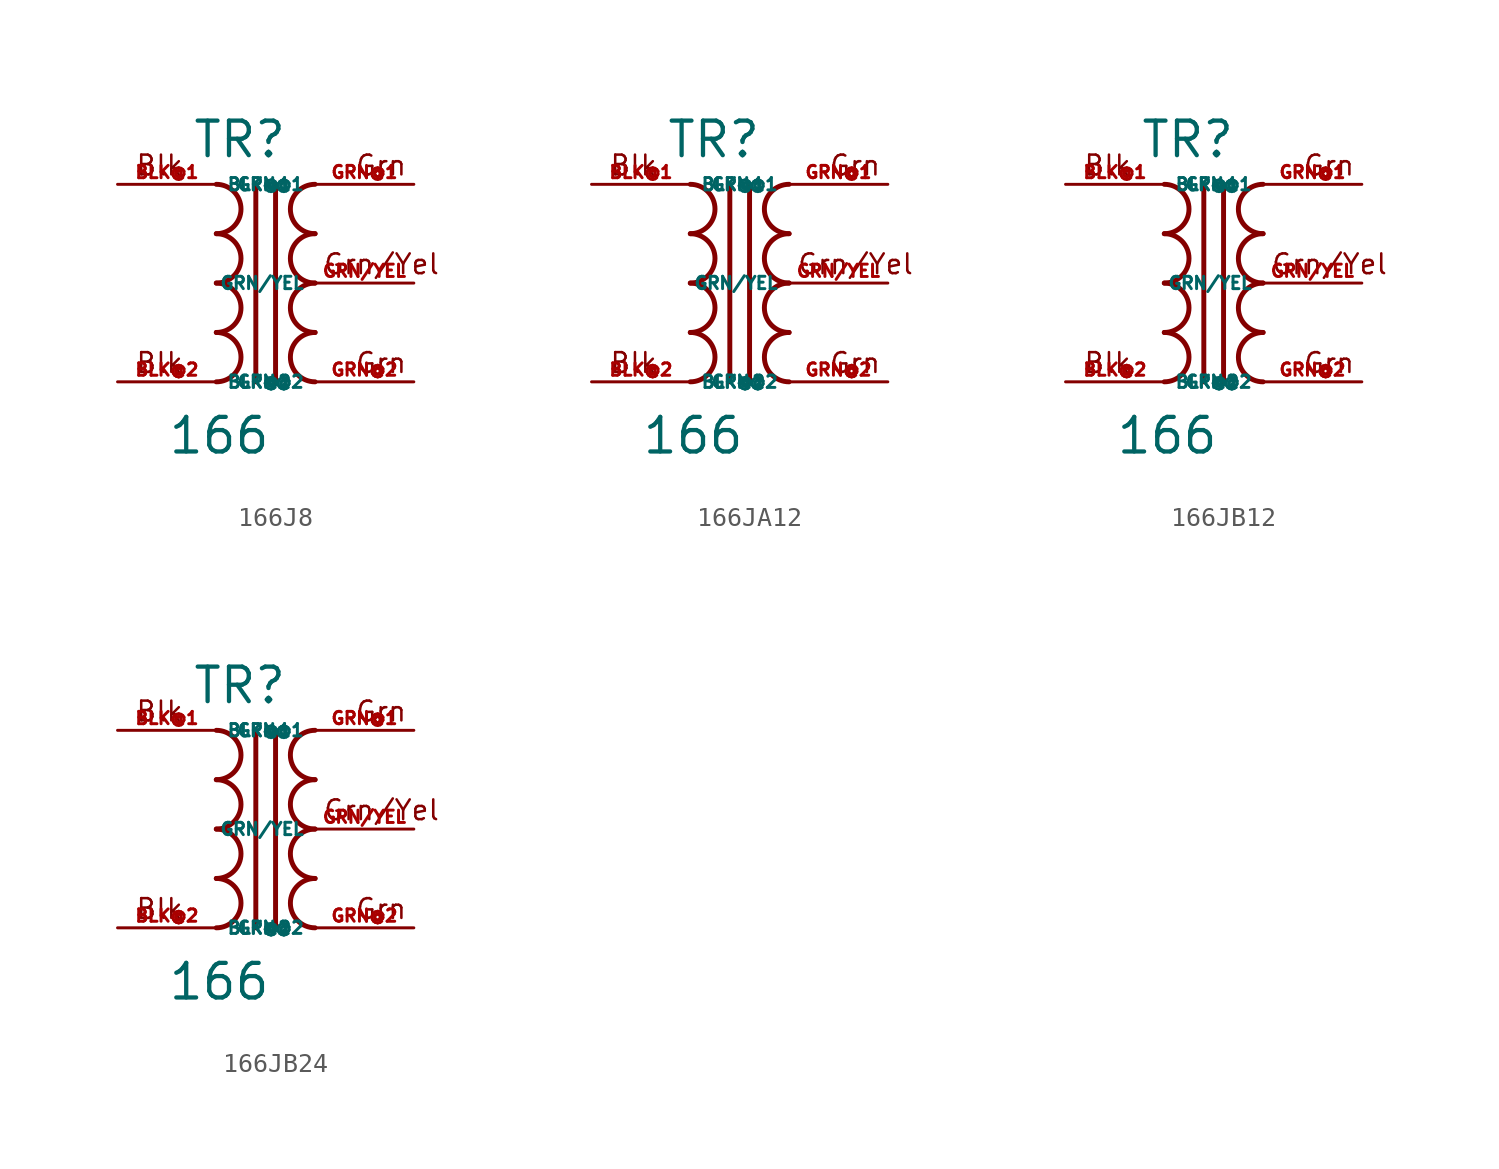
<source format=kicad_sym>
(kicad_symbol_lib
  (version 20220914)
  (generator Eagle2Kicad)
  (symbol "166J8"
    (property "Reference" "TR"
      (at -3.81 6.35 0)
      (effects (font (size 1.778 1.778) (thickness 0.22)) (justify left bottom)))
    (property "Value" "166"
      (at -5.08 -8.89 0)
      (effects (font (size 1.778 1.778) (thickness 0.22)) (justify left bottom)))
    (polyline
      (pts (xy -0.508 5.08) (xy -0.508 -5.08))
      (stroke (width 0.254) (type default))
      (fill (type none)))
    (arc
      (start -2.54 0)
      (mid -1.270 1.270)
      (end -2.54 2.54)
      (stroke (width 0.254) (type default))
      (fill (type none)))
    (arc
      (start -2.54 -2.54)
      (mid -1.270 -1.270)
      (end -2.54 0)
      (stroke (width 0.254) (type default))
      (fill (type none)))
    (arc
      (start -2.54 -5.08)
      (mid -1.270 -3.810)
      (end -2.54 -2.54)
      (stroke (width 0.254) (type default))
      (fill (type none)))
    (arc
      (start -2.54 2.54)
      (mid -1.270 3.810)
      (end -2.54 5.08)
      (stroke (width 0.254) (type default))
      (fill (type none)))
    (arc
      (start 2.54 2.54)
      (mid 1.270 1.270)
      (end 2.54 0)
      (stroke (width 0.254) (type default))
      (fill (type none)))
    (arc
      (start 2.54 5.08)
      (mid 1.270 3.810)
      (end 2.54 2.54)
      (stroke (width 0.254) (type default))
      (fill (type none)))
    (arc
      (start 2.54 0)
      (mid 1.270 -1.270)
      (end 2.54 -2.54)
      (stroke (width 0.254) (type default))
      (fill (type none)))
    (arc
      (start 2.54 -2.54)
      (mid 1.270 -3.810)
      (end 2.54 -5.08)
      (stroke (width 0.254) (type default))
      (fill (type none)))
    (polyline
      (pts (xy 0.508 5.08) (xy 0.508 -5.08))
      (stroke (width 0.254) (type default))
      (fill (type none)))
    (text "Blk"
      (at -6.731 5.461 0)
      (effects (font (size 1.016 1.016) (thickness 0.13)) (justify left bottom)))
    (text "Blk"
      (at -6.731 -4.699 0)
      (effects (font (size 1.016 1.016) (thickness 0.13)) (justify left bottom)))
    (text "Grn"
      (at 4.572 5.461 0)
      (effects (font (size 1.016 1.016) (thickness 0.13)) (justify left bottom)))
    (text "Grn"
      (at 4.572 -4.699 0)
      (effects (font (size 1.016 1.016) (thickness 0.13)) (justify left bottom)))
    (text "Grn/Yel"
      (at 2.921 0.381 0)
      (effects (font (size 1.016 1.016) (thickness 0.13)) (justify left bottom)))
    (pin passive line
      (at -7.62 5.08 0)
      (length 5.08)
      (name "BLK@1" (effects (font (size 0.635 0.635) (thickness 0.08)) (justify left bottom)))
      (number "BLK@1" (effects (font (size 0.635 0.635) (thickness 0.08)) (justify left bottom))))
    (pin passive line
      (at -7.62 -5.08 0)
      (length 5.08)
      (name "BLK@2" (effects (font (size 0.635 0.635) (thickness 0.08)) (justify left bottom)))
      (number "BLK@2" (effects (font (size 0.635 0.635) (thickness 0.08)) (justify left bottom))))
    (pin passive line
      (at 7.62 5.08 180)
      (length 5.08)
      (name "GRN@1" (effects (font (size 0.635 0.635) (thickness 0.08)) (justify left bottom)))
      (number "GRN@1" (effects (font (size 0.635 0.635) (thickness 0.08)) (justify left bottom))))
    (pin passive line
      (at 7.62 0 180)
      (length 5.08)
      (name "GRN/YEL" (effects (font (size 0.635 0.635) (thickness 0.08)) (justify left bottom)))
      (number "GRN/YEL" (effects (font (size 0.635 0.635) (thickness 0.08)) (justify left bottom))))
    (pin passive line
      (at 7.62 -5.08 180)
      (length 5.08)
      (name "GRN@2" (effects (font (size 0.635 0.635) (thickness 0.08)) (justify left bottom)))
      (number "GRN@2" (effects (font (size 0.635 0.635) (thickness 0.08)) (justify left bottom)))))
  (symbol "166JA12"
    (property "Reference" "TR"
      (at -3.81 6.35 0)
      (effects (font (size 1.778 1.778) (thickness 0.22)) (justify left bottom)))
    (property "Value" "166"
      (at -5.08 -8.89 0)
      (effects (font (size 1.778 1.778) (thickness 0.22)) (justify left bottom)))
    (polyline
      (pts (xy -0.508 5.08) (xy -0.508 -5.08))
      (stroke (width 0.254) (type default))
      (fill (type none)))
    (arc
      (start -2.54 0)
      (mid -1.270 1.270)
      (end -2.54 2.54)
      (stroke (width 0.254) (type default))
      (fill (type none)))
    (arc
      (start -2.54 -2.54)
      (mid -1.270 -1.270)
      (end -2.54 0)
      (stroke (width 0.254) (type default))
      (fill (type none)))
    (arc
      (start -2.54 -5.08)
      (mid -1.270 -3.810)
      (end -2.54 -2.54)
      (stroke (width 0.254) (type default))
      (fill (type none)))
    (arc
      (start -2.54 2.54)
      (mid -1.270 3.810)
      (end -2.54 5.08)
      (stroke (width 0.254) (type default))
      (fill (type none)))
    (arc
      (start 2.54 2.54)
      (mid 1.270 1.270)
      (end 2.54 0)
      (stroke (width 0.254) (type default))
      (fill (type none)))
    (arc
      (start 2.54 5.08)
      (mid 1.270 3.810)
      (end 2.54 2.54)
      (stroke (width 0.254) (type default))
      (fill (type none)))
    (arc
      (start 2.54 0)
      (mid 1.270 -1.270)
      (end 2.54 -2.54)
      (stroke (width 0.254) (type default))
      (fill (type none)))
    (arc
      (start 2.54 -2.54)
      (mid 1.270 -3.810)
      (end 2.54 -5.08)
      (stroke (width 0.254) (type default))
      (fill (type none)))
    (polyline
      (pts (xy 0.508 5.08) (xy 0.508 -5.08))
      (stroke (width 0.254) (type default))
      (fill (type none)))
    (text "Blk"
      (at -6.731 5.461 0)
      (effects (font (size 1.016 1.016) (thickness 0.13)) (justify left bottom)))
    (text "Blk"
      (at -6.731 -4.699 0)
      (effects (font (size 1.016 1.016) (thickness 0.13)) (justify left bottom)))
    (text "Grn"
      (at 4.572 5.461 0)
      (effects (font (size 1.016 1.016) (thickness 0.13)) (justify left bottom)))
    (text "Grn"
      (at 4.572 -4.699 0)
      (effects (font (size 1.016 1.016) (thickness 0.13)) (justify left bottom)))
    (text "Grn/Yel"
      (at 2.921 0.381 0)
      (effects (font (size 1.016 1.016) (thickness 0.13)) (justify left bottom)))
    (pin passive line
      (at -7.62 5.08 0)
      (length 5.08)
      (name "BLK@1" (effects (font (size 0.635 0.635) (thickness 0.08)) (justify left bottom)))
      (number "BLK@1" (effects (font (size 0.635 0.635) (thickness 0.08)) (justify left bottom))))
    (pin passive line
      (at -7.62 -5.08 0)
      (length 5.08)
      (name "BLK@2" (effects (font (size 0.635 0.635) (thickness 0.08)) (justify left bottom)))
      (number "BLK@2" (effects (font (size 0.635 0.635) (thickness 0.08)) (justify left bottom))))
    (pin passive line
      (at 7.62 5.08 180)
      (length 5.08)
      (name "GRN@1" (effects (font (size 0.635 0.635) (thickness 0.08)) (justify left bottom)))
      (number "GRN@1" (effects (font (size 0.635 0.635) (thickness 0.08)) (justify left bottom))))
    (pin passive line
      (at 7.62 0 180)
      (length 5.08)
      (name "GRN/YEL" (effects (font (size 0.635 0.635) (thickness 0.08)) (justify left bottom)))
      (number "GRN/YEL" (effects (font (size 0.635 0.635) (thickness 0.08)) (justify left bottom))))
    (pin passive line
      (at 7.62 -5.08 180)
      (length 5.08)
      (name "GRN@2" (effects (font (size 0.635 0.635) (thickness 0.08)) (justify left bottom)))
      (number "GRN@2" (effects (font (size 0.635 0.635) (thickness 0.08)) (justify left bottom)))))
  (symbol "166JB12"
    (property "Reference" "TR"
      (at -3.81 6.35 0)
      (effects (font (size 1.778 1.778) (thickness 0.22)) (justify left bottom)))
    (property "Value" "166"
      (at -5.08 -8.89 0)
      (effects (font (size 1.778 1.778) (thickness 0.22)) (justify left bottom)))
    (polyline
      (pts (xy -0.508 5.08) (xy -0.508 -5.08))
      (stroke (width 0.254) (type default))
      (fill (type none)))
    (arc
      (start -2.54 0)
      (mid -1.270 1.270)
      (end -2.54 2.54)
      (stroke (width 0.254) (type default))
      (fill (type none)))
    (arc
      (start -2.54 -2.54)
      (mid -1.270 -1.270)
      (end -2.54 0)
      (stroke (width 0.254) (type default))
      (fill (type none)))
    (arc
      (start -2.54 -5.08)
      (mid -1.270 -3.810)
      (end -2.54 -2.54)
      (stroke (width 0.254) (type default))
      (fill (type none)))
    (arc
      (start -2.54 2.54)
      (mid -1.270 3.810)
      (end -2.54 5.08)
      (stroke (width 0.254) (type default))
      (fill (type none)))
    (arc
      (start 2.54 2.54)
      (mid 1.270 1.270)
      (end 2.54 0)
      (stroke (width 0.254) (type default))
      (fill (type none)))
    (arc
      (start 2.54 5.08)
      (mid 1.270 3.810)
      (end 2.54 2.54)
      (stroke (width 0.254) (type default))
      (fill (type none)))
    (arc
      (start 2.54 0)
      (mid 1.270 -1.270)
      (end 2.54 -2.54)
      (stroke (width 0.254) (type default))
      (fill (type none)))
    (arc
      (start 2.54 -2.54)
      (mid 1.270 -3.810)
      (end 2.54 -5.08)
      (stroke (width 0.254) (type default))
      (fill (type none)))
    (polyline
      (pts (xy 0.508 5.08) (xy 0.508 -5.08))
      (stroke (width 0.254) (type default))
      (fill (type none)))
    (text "Blk"
      (at -6.731 5.461 0)
      (effects (font (size 1.016 1.016) (thickness 0.13)) (justify left bottom)))
    (text "Blk"
      (at -6.731 -4.699 0)
      (effects (font (size 1.016 1.016) (thickness 0.13)) (justify left bottom)))
    (text "Grn"
      (at 4.572 5.461 0)
      (effects (font (size 1.016 1.016) (thickness 0.13)) (justify left bottom)))
    (text "Grn"
      (at 4.572 -4.699 0)
      (effects (font (size 1.016 1.016) (thickness 0.13)) (justify left bottom)))
    (text "Grn/Yel"
      (at 2.921 0.381 0)
      (effects (font (size 1.016 1.016) (thickness 0.13)) (justify left bottom)))
    (pin passive line
      (at -7.62 5.08 0)
      (length 5.08)
      (name "BLK@1" (effects (font (size 0.635 0.635) (thickness 0.08)) (justify left bottom)))
      (number "BLK@1" (effects (font (size 0.635 0.635) (thickness 0.08)) (justify left bottom))))
    (pin passive line
      (at -7.62 -5.08 0)
      (length 5.08)
      (name "BLK@2" (effects (font (size 0.635 0.635) (thickness 0.08)) (justify left bottom)))
      (number "BLK@2" (effects (font (size 0.635 0.635) (thickness 0.08)) (justify left bottom))))
    (pin passive line
      (at 7.62 5.08 180)
      (length 5.08)
      (name "GRN@1" (effects (font (size 0.635 0.635) (thickness 0.08)) (justify left bottom)))
      (number "GRN@1" (effects (font (size 0.635 0.635) (thickness 0.08)) (justify left bottom))))
    (pin passive line
      (at 7.62 0 180)
      (length 5.08)
      (name "GRN/YEL" (effects (font (size 0.635 0.635) (thickness 0.08)) (justify left bottom)))
      (number "GRN/YEL" (effects (font (size 0.635 0.635) (thickness 0.08)) (justify left bottom))))
    (pin passive line
      (at 7.62 -5.08 180)
      (length 5.08)
      (name "GRN@2" (effects (font (size 0.635 0.635) (thickness 0.08)) (justify left bottom)))
      (number "GRN@2" (effects (font (size 0.635 0.635) (thickness 0.08)) (justify left bottom)))))
  (symbol "166JB24"
    (property "Reference" "TR"
      (at -3.81 6.35 0)
      (effects (font (size 1.778 1.778) (thickness 0.22)) (justify left bottom)))
    (property "Value" "166"
      (at -5.08 -8.89 0)
      (effects (font (size 1.778 1.778) (thickness 0.22)) (justify left bottom)))
    (polyline
      (pts (xy -0.508 5.08) (xy -0.508 -5.08))
      (stroke (width 0.254) (type default))
      (fill (type none)))
    (arc
      (start -2.54 0)
      (mid -1.270 1.270)
      (end -2.54 2.54)
      (stroke (width 0.254) (type default))
      (fill (type none)))
    (arc
      (start -2.54 -2.54)
      (mid -1.270 -1.270)
      (end -2.54 0)
      (stroke (width 0.254) (type default))
      (fill (type none)))
    (arc
      (start -2.54 -5.08)
      (mid -1.270 -3.810)
      (end -2.54 -2.54)
      (stroke (width 0.254) (type default))
      (fill (type none)))
    (arc
      (start -2.54 2.54)
      (mid -1.270 3.810)
      (end -2.54 5.08)
      (stroke (width 0.254) (type default))
      (fill (type none)))
    (arc
      (start 2.54 2.54)
      (mid 1.270 1.270)
      (end 2.54 0)
      (stroke (width 0.254) (type default))
      (fill (type none)))
    (arc
      (start 2.54 5.08)
      (mid 1.270 3.810)
      (end 2.54 2.54)
      (stroke (width 0.254) (type default))
      (fill (type none)))
    (arc
      (start 2.54 0)
      (mid 1.270 -1.270)
      (end 2.54 -2.54)
      (stroke (width 0.254) (type default))
      (fill (type none)))
    (arc
      (start 2.54 -2.54)
      (mid 1.270 -3.810)
      (end 2.54 -5.08)
      (stroke (width 0.254) (type default))
      (fill (type none)))
    (polyline
      (pts (xy 0.508 5.08) (xy 0.508 -5.08))
      (stroke (width 0.254) (type default))
      (fill (type none)))
    (text "Blk"
      (at -6.731 5.461 0)
      (effects (font (size 1.016 1.016) (thickness 0.13)) (justify left bottom)))
    (text "Blk"
      (at -6.731 -4.699 0)
      (effects (font (size 1.016 1.016) (thickness 0.13)) (justify left bottom)))
    (text "Grn"
      (at 4.572 5.461 0)
      (effects (font (size 1.016 1.016) (thickness 0.13)) (justify left bottom)))
    (text "Grn"
      (at 4.572 -4.699 0)
      (effects (font (size 1.016 1.016) (thickness 0.13)) (justify left bottom)))
    (text "Grn/Yel"
      (at 2.921 0.381 0)
      (effects (font (size 1.016 1.016) (thickness 0.13)) (justify left bottom)))
    (pin passive line
      (at -7.62 5.08 0)
      (length 5.08)
      (name "BLK@1" (effects (font (size 0.635 0.635) (thickness 0.08)) (justify left bottom)))
      (number "BLK@1" (effects (font (size 0.635 0.635) (thickness 0.08)) (justify left bottom))))
    (pin passive line
      (at -7.62 -5.08 0)
      (length 5.08)
      (name "BLK@2" (effects (font (size 0.635 0.635) (thickness 0.08)) (justify left bottom)))
      (number "BLK@2" (effects (font (size 0.635 0.635) (thickness 0.08)) (justify left bottom))))
    (pin passive line
      (at 7.62 5.08 180)
      (length 5.08)
      (name "GRN@1" (effects (font (size 0.635 0.635) (thickness 0.08)) (justify left bottom)))
      (number "GRN@1" (effects (font (size 0.635 0.635) (thickness 0.08)) (justify left bottom))))
    (pin passive line
      (at 7.62 0 180)
      (length 5.08)
      (name "GRN/YEL" (effects (font (size 0.635 0.635) (thickness 0.08)) (justify left bottom)))
      (number "GRN/YEL" (effects (font (size 0.635 0.635) (thickness 0.08)) (justify left bottom))))
    (pin passive line
      (at 7.62 -5.08 180)
      (length 5.08)
      (name "GRN@2" (effects (font (size 0.635 0.635) (thickness 0.08)) (justify left bottom)))
      (number "GRN@2" (effects (font (size 0.635 0.635) (thickness 0.08)) (justify left bottom))))))
</source>
